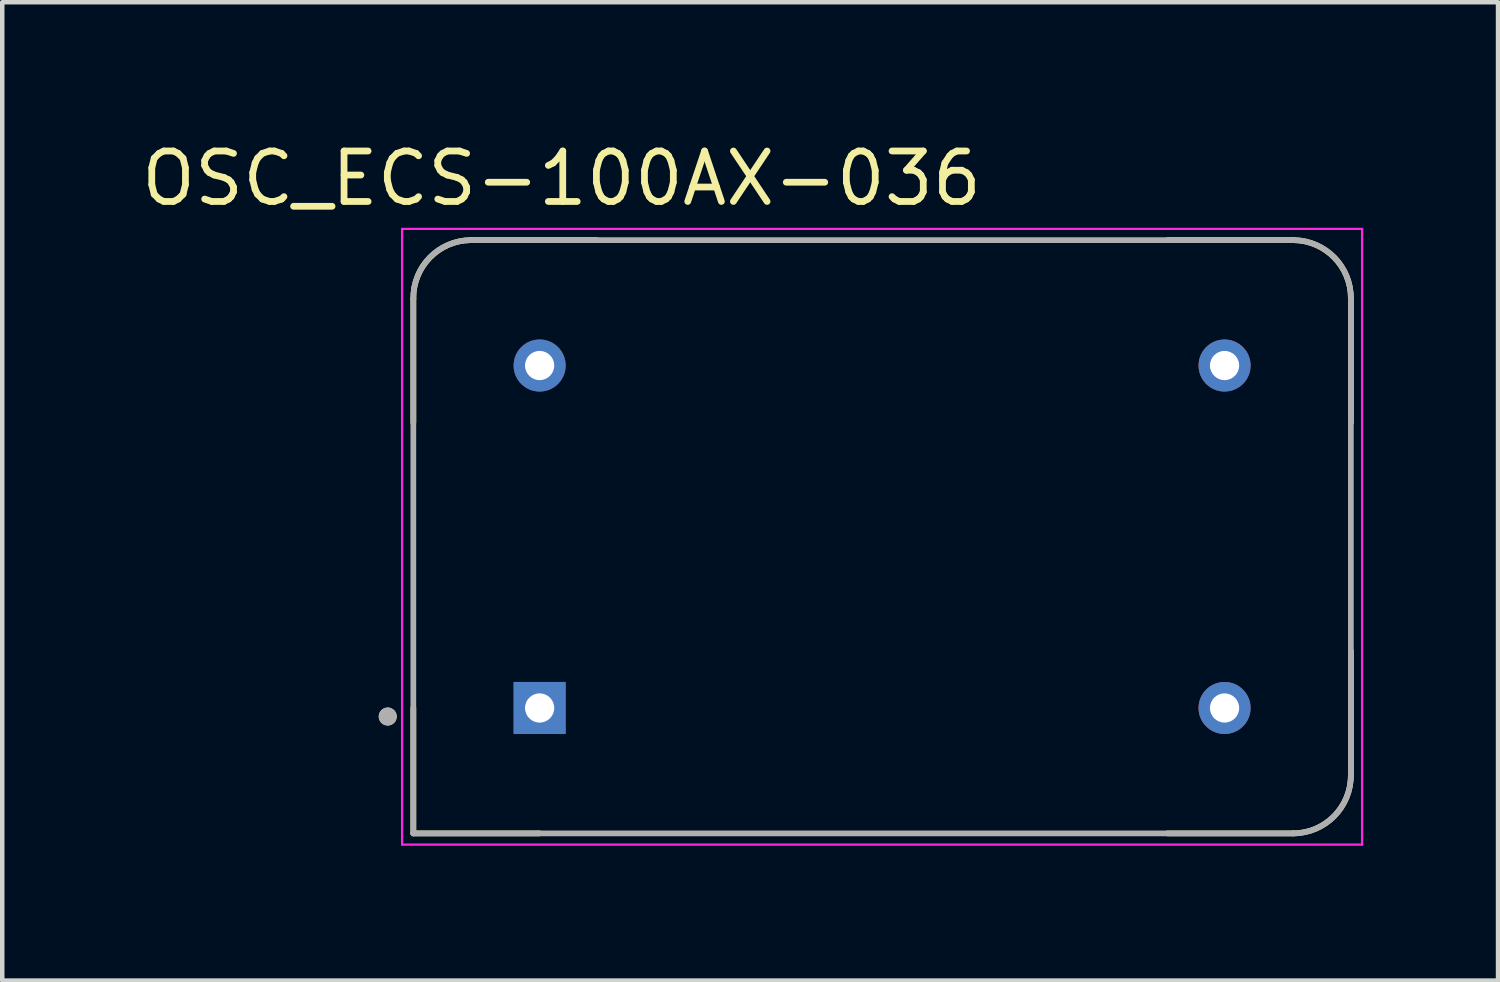
<source format=kicad_pcb>
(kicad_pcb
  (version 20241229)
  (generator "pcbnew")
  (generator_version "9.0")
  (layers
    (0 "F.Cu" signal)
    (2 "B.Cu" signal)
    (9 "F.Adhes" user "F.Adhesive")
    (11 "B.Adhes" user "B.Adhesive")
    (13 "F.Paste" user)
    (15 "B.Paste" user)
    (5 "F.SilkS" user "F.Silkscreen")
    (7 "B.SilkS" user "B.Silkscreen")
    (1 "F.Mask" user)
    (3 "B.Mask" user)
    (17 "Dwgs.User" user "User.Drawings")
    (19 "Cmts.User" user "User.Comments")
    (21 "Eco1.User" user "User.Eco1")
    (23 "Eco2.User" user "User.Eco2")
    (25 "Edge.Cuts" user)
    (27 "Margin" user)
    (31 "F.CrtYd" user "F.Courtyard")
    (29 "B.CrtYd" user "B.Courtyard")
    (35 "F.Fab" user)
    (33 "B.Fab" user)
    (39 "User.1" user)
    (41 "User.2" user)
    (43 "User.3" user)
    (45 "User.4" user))
  (footprint "OSC_ECS-100AX-036"
    (layer "F.Cu")
    (at 16.577 8.893)
    (property "Reference" "OSC_ECS-100AX-036" (at -7.132 -7.972 0) (layer "F.SilkS") (effects (font (size 1.123 1.123) (thickness 0.15))))
    (attr through_hole)
    (fp_line (start -10.43 -5.3) (end -10.43 -2.54) (stroke (width 0.127) (type solid)) (layer "F.SilkS"))
    (fp_line (start -10.43 3.81) (end -10.43 6.6) (stroke (width 0.127) (type solid)) (layer "F.SilkS"))
    (fp_line (start -10.43 6.6) (end -7.62 6.6) (stroke (width 0.127) (type solid)) (layer "F.SilkS"))
    (fp_line (start -6.35 -6.6) (end -9.15 -6.6) (stroke (width 0.127) (type solid)) (layer "F.SilkS"))
    (fp_line (start 6.35 -6.6) (end 9.15 -6.6) (stroke (width 0.127) (type solid)) (layer "F.SilkS"))
    (fp_line (start 6.35 6.6) (end 9.15 6.6) (stroke (width 0.127) (type solid)) (layer "F.SilkS"))
    (fp_line (start 10.43 -5.3) (end 10.43 -2.54) (stroke (width 0.127) (type solid)) (layer "F.SilkS"))
    (fp_line (start 10.43 5.3) (end 10.43 2.54) (stroke (width 0.127) (type solid)) (layer "F.SilkS"))
    (fp_arc (start -10.43 -5.3) (mid -10.059239 -6.215097) (end -9.15 -6.6) (stroke (width 0.127) (type solid)) (layer "F.SilkS"))
    (fp_arc (start 9.15 -6.6) (mid 10.059239 -6.215097) (end 10.43 -5.3) (stroke (width 0.127) (type solid)) (layer "F.SilkS"))
    (fp_arc (start 10.43 5.3) (mid 10.059239 6.215097) (end 9.15 6.6) (stroke (width 0.127) (type solid)) (layer "F.SilkS"))
    (fp_circle (center -11 4) (end -10.9 4) (stroke (width 0.2) (type solid)) (fill no) (layer "F.SilkS"))
    (fp_line (start -10.68 -6.85) (end 10.68 -6.85) (stroke (width 0.05) (type solid)) (layer "F.CrtYd"))
    (fp_line (start -10.68 6.85) (end -10.68 -6.85) (stroke (width 0.05) (type solid)) (layer "F.CrtYd"))
    (fp_line (start 10.68 -6.85) (end 10.68 6.85) (stroke (width 0.05) (type solid)) (layer "F.CrtYd"))
    (fp_line (start 10.68 6.85) (end -10.68 6.85) (stroke (width 0.05) (type solid)) (layer "F.CrtYd"))
    (fp_line (start -10.43 -5.3) (end -10.43 6.6) (stroke (width 0.127) (type solid)) (layer "F.Fab"))
    (fp_line (start -10.43 6.6) (end 9.16 6.6) (stroke (width 0.127) (type solid)) (layer "F.Fab"))
    (fp_line (start 9.16 -6.6) (end -9.16 -6.6) (stroke (width 0.127) (type solid)) (layer "F.Fab"))
    (fp_line (start 10.43 5.3) (end 10.43 -5.3) (stroke (width 0.127) (type solid)) (layer "F.Fab"))
    (fp_arc (start -10.43 -5.3) (mid -10.064239 -6.213026) (end -9.16 -6.6) (stroke (width 0.127) (type solid)) (layer "F.Fab"))
    (fp_arc (start 9.16 -6.6) (mid 10.064239 -6.213026) (end 10.43 -5.3) (stroke (width 0.127) (type solid)) (layer "F.Fab"))
    (fp_arc (start 10.43 5.3) (mid 10.064239 6.213026) (end 9.16 6.6) (stroke (width 0.127) (type solid)) (layer "F.Fab"))
    (fp_circle (center -11 4) (end -10.9 4) (stroke (width 0.2) (type solid)) (fill no) (layer "F.Fab"))
    (pad "1" thru_hole rect (at -7.62 3.81) (size 1.158 1.158) (drill 0.65) (layers "*.Cu" "*.Mask"))
    (pad "7" thru_hole circle (at 7.62 3.81) (size 1.158 1.158) (drill 0.65) (layers "*.Cu" "*.Mask"))
    (pad "8" thru_hole circle (at 7.62 -3.81) (size 1.158 1.158) (drill 0.65) (layers "*.Cu" "*.Mask"))
    (pad "14" thru_hole circle (at -7.62 -3.81) (size 1.158 1.158) (drill 0.65) (layers "*.Cu" "*.Mask")))
  (gr_rect
    (start -3 -3)
    (end 30.282 18.768)
    (stroke (width 0.1) (type default))
    (fill no)
    (layer "Edge.Cuts")))
</source>
